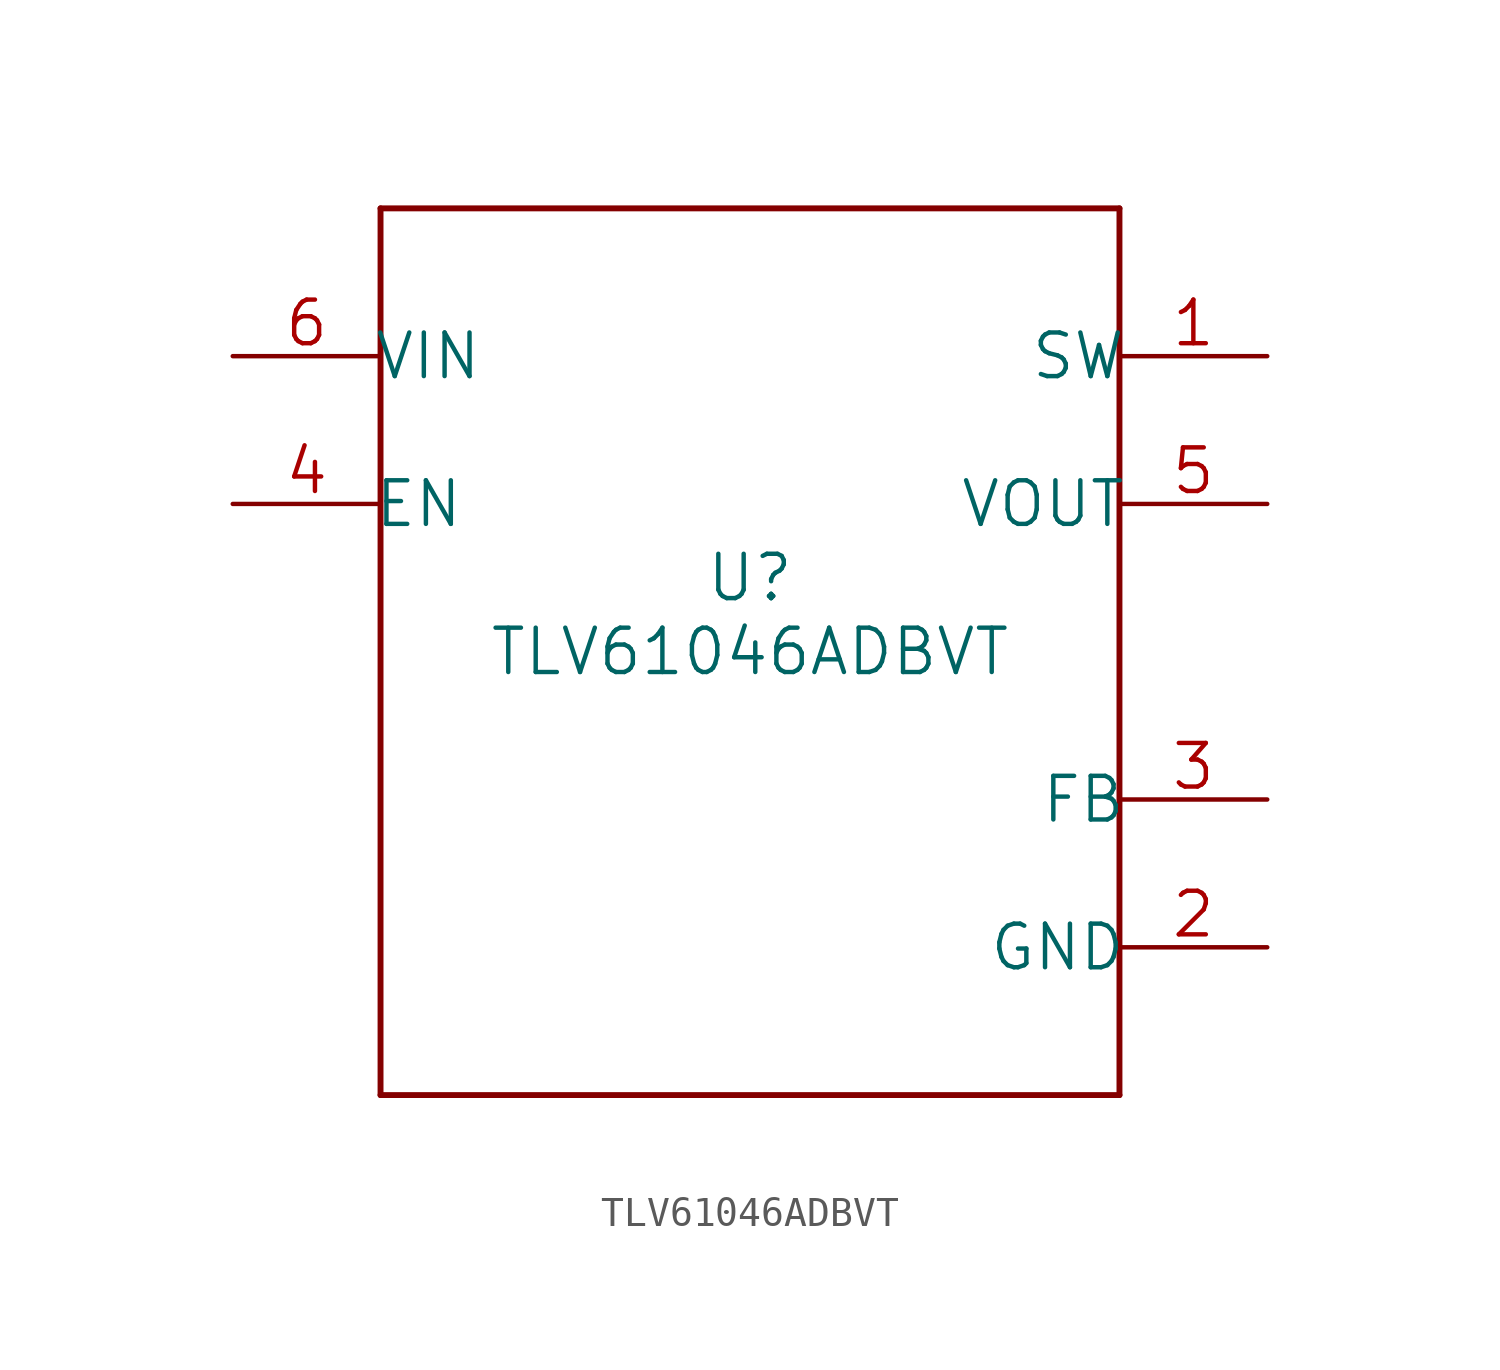
<source format=kicad_sym>
(kicad_symbol_lib
  (version 20211014)
  (generator kicad_symbol_editor)
  (symbol "TLV61046ADBVT"
    (pin_names
      (offset -0.254))
    (property "Reference" "U"
      (at 0 2.54 0)
      (effects (font (size 1.524 1.524))))
    (property "Value" "TLV61046ADBVT"
      (at 0 0 0)
      (effects (font (size 1.524 1.524))))
    (property "Datasheet" ""
      (at 0 0 0)
      (effects (font (size 1.524 1.524))))
    (property "ki_locked" ""
      (at 0 0 0)
      (effects (font (size 1.27 1.27))))
    (symbol "TLV61046ADBVT_1_1"
      (polyline (pts (xy -12.7 -15.24) (xy 12.7 -15.24)) (stroke (width 0.203) (type default) (color 0 0 0 0)) (fill (type none)))
      (polyline (pts (xy -12.7 15.24) (xy -12.7 -15.24)) (stroke (width 0.203) (type default) (color 0 0 0 0)) (fill (type none)))
      (polyline (pts (xy 12.7 -15.24) (xy 12.7 15.24)) (stroke (width 0.203) (type default) (color 0 0 0 0)) (fill (type none)))
      (polyline (pts (xy 12.7 15.24) (xy -12.7 15.24)) (stroke (width 0.203) (type default) (color 0 0 0 0)) (fill (type none)))
      (pin power_in line (at 17.78 10.16 180) (length 5.08) (name "SW" (effects (font (size 1.499 1.499)))) (number "1" (effects (font (size 1.499 1.499)))))
      (pin power_in line (at 17.78 -10.16 180) (length 5.08) (name "GND" (effects (font (size 1.499 1.499)))) (number "2" (effects (font (size 1.499 1.499)))))
      (pin input line (at 17.78 -5.08 180) (length 5.08) (name "FB" (effects (font (size 1.499 1.499)))) (number "3" (effects (font (size 1.499 1.499)))))
      (pin input line (at -17.78 5.08 0) (length 5.08) (name "EN" (effects (font (size 1.499 1.499)))) (number "4" (effects (font (size 1.499 1.499)))))
      (pin power_in line (at 17.78 5.08 180) (length 5.08) (name "VOUT" (effects (font (size 1.499 1.499)))) (number "5" (effects (font (size 1.499 1.499)))))
      (pin power_in line (at -17.78 10.16 0) (length 5.08) (name "VIN" (effects (font (size 1.499 1.499)))) (number "6" (effects (font (size 1.499 1.499))))))))
</source>
